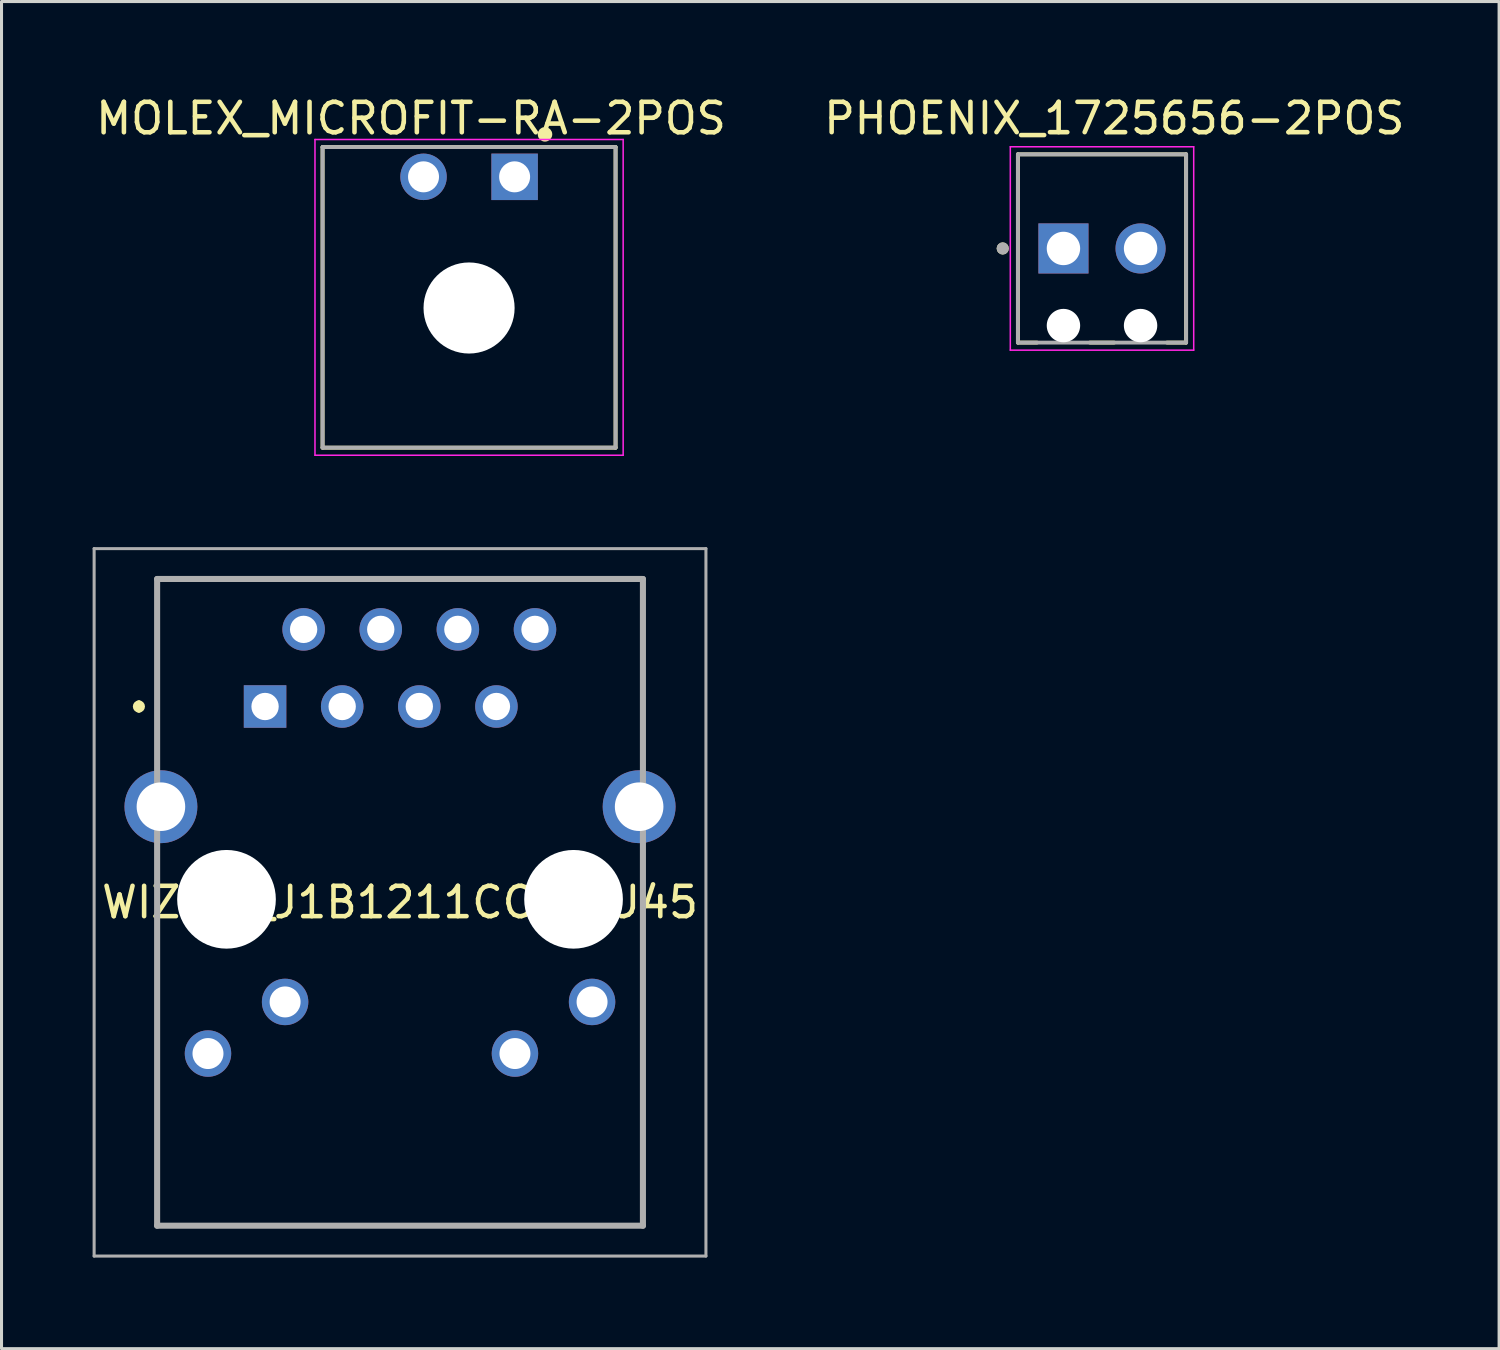
<source format=kicad_pcb>
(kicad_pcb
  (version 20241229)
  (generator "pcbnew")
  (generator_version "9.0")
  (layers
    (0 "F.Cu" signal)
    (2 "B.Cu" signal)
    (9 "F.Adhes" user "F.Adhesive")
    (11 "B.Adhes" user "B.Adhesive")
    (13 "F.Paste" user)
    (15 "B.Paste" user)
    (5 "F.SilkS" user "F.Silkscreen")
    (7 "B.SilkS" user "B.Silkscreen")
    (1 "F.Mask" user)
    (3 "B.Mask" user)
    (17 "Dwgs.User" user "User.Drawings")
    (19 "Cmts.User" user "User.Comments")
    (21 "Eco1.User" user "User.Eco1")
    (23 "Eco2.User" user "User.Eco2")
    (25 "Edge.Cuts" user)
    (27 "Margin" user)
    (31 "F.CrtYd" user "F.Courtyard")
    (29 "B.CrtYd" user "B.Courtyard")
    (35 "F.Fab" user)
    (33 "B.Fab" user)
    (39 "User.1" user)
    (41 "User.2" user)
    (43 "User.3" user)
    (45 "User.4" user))
  (footprint "PHOENIX_1725656-2POS"
    (layer "F.Cu")
    (at 31.975 5.133)
    (property "Reference" "PHOENIX_1725656-2POS" (at 1.675 -4.285 0) (layer "F.SilkS") (effects (font (size 1 1) (thickness 0.15))))
    (attr through_hole)
    (fp_line (start -1.5 -3.1) (end -1.5 3.1) (stroke (width 0.127) (type solid)) (layer "F.SilkS"))
    (fp_line (start -1.5 3.1) (end -0.87 3.1) (stroke (width 0.127) (type solid)) (layer "F.SilkS"))
    (fp_line (start 0.87 3.1) (end 1.67 3.1) (stroke (width 0.127) (type solid)) (layer "F.SilkS"))
    (fp_line (start 3.41 3.1) (end 4.04 3.1) (stroke (width 0.127) (type solid)) (layer "F.SilkS"))
    (fp_line (start 4.04 -3.1) (end -1.5 -3.1) (stroke (width 0.127) (type solid)) (layer "F.SilkS"))
    (fp_line (start 4.04 3.1) (end 4.04 -3.1) (stroke (width 0.127) (type solid)) (layer "F.SilkS"))
    (fp_circle (center -2 0) (end -1.9 0) (stroke (width 0.2) (type solid)) (fill no) (layer "F.SilkS"))
    (fp_line (start -1.75 -3.35) (end -1.75 3.35) (stroke (width 0.05) (type solid)) (layer "F.CrtYd"))
    (fp_line (start -1.75 3.35) (end 4.29 3.35) (stroke (width 0.05) (type solid)) (layer "F.CrtYd"))
    (fp_line (start 4.29 -3.35) (end -1.75 -3.35) (stroke (width 0.05) (type solid)) (layer "F.CrtYd"))
    (fp_line (start 4.29 3.35) (end 4.29 -3.35) (stroke (width 0.05) (type solid)) (layer "F.CrtYd"))
    (fp_line (start -1.5 -3.1) (end -1.5 3.1) (stroke (width 0.127) (type solid)) (layer "F.Fab"))
    (fp_line (start -1.5 3.1) (end 4.04 3.1) (stroke (width 0.127) (type solid)) (layer "F.Fab"))
    (fp_line (start 4.04 -3.1) (end -1.5 -3.1) (stroke (width 0.127) (type solid)) (layer "F.Fab"))
    (fp_line (start 4.04 3.1) (end 4.04 -3.1) (stroke (width 0.127) (type solid)) (layer "F.Fab"))
    (fp_circle (center -2 0) (end -1.9 0) (stroke (width 0.2) (type solid)) (fill no) (layer "F.Fab"))
    (pad "" np_thru_hole circle (at 0 2.54) (size 1.1 1.1) (drill 1.1) (layers "*.Cu" "*.Mask"))
    (pad "" np_thru_hole circle (at 2.54 2.54) (size 1.1 1.1) (drill 1.1) (layers "*.Cu" "*.Mask"))
    (pad "1" thru_hole rect (at 0 0) (size 1.65 1.65) (drill 1.1) (layers "*.Cu" "*.Mask"))
    (pad "2" thru_hole circle (at 2.54 0) (size 1.65 1.65) (drill 1.1) (layers "*.Cu" "*.Mask")))
  (footprint "MOLEX_MICROFIT-RA-2POS"
    (layer "F.Cu")
    (at 12.399 7.094)
    (property "Reference" "MOLEX_MICROFIT-RA-2POS" (at -1.911 -6.244 0) (layer "F.SilkS") (effects (font (size 1.003 1.003) (thickness 0.15))))
    (attr through_hole)
    (fp_line (start -4.825 -5.3) (end -4.825 4.6) (stroke (width 0.127) (type solid)) (layer "F.SilkS"))
    (fp_line (start -4.825 4.6) (end 4.825 4.6) (stroke (width 0.127) (type solid)) (layer "F.SilkS"))
    (fp_line (start 4.825 -5.3) (end -4.825 -5.3) (stroke (width 0.127) (type solid)) (layer "F.SilkS"))
    (fp_line (start 4.825 4.6) (end 4.825 -5.3) (stroke (width 0.127) (type solid)) (layer "F.SilkS"))
    (fp_circle (center 2.5 -5.72) (end 2.62 -5.72) (stroke (width 0.24) (type solid)) (fill no) (layer "F.SilkS"))
    (fp_line (start -5.075 -5.55) (end -5.075 4.85) (stroke (width 0.05) (type solid)) (layer "F.CrtYd"))
    (fp_line (start -5.075 -5.55) (end 5.075 -5.55) (stroke (width 0.05) (type solid)) (layer "F.CrtYd"))
    (fp_line (start -5.075 4.85) (end 5.075 4.85) (stroke (width 0.05) (type solid)) (layer "F.CrtYd"))
    (fp_line (start 5.075 -5.55) (end 5.075 4.85) (stroke (width 0.05) (type solid)) (layer "F.CrtYd"))
    (fp_line (start -4.825 -5.3) (end -4.825 4.6) (stroke (width 0.127) (type solid)) (layer "F.Fab"))
    (fp_line (start -4.825 4.6) (end 4.825 4.6) (stroke (width 0.127) (type solid)) (layer "F.Fab"))
    (fp_line (start 4.825 -5.3) (end -4.825 -5.3) (stroke (width 0.127) (type solid)) (layer "F.Fab"))
    (fp_line (start 4.825 4.6) (end 4.825 -5.3) (stroke (width 0.127) (type solid)) (layer "F.Fab"))
    (pad "" np_thru_hole circle (at 0 0) (size 3 3) (drill 3) (layers "*.Cu" "*.Mask"))
    (pad "1" thru_hole rect (at 1.5 -4.32) (size 1.53 1.53) (drill 1.02) (layers "*.Cu" "*.Mask"))
    (pad "2" thru_hole circle (at -1.5 -4.32) (size 1.53 1.53) (drill 1.02) (layers "*.Cu" "*.Mask")))
  (footprint "WIZnet_J1B1211CCD_RJ45"
    (layer "F.Cu")
    (at 10.125 26.669)
    (property "Reference" "WIZnet_J1B1211CCD_RJ45" (at 0 0 0) (layer "F.SilkS") (effects (font (size 1 1) (thickness 0.15))))
    (attr through_hole)
    (fp_line (start -8.6 -6.55) (end -8.6 -6.55) (stroke (width 0.2) (type solid)) (layer "F.SilkS"))
    (fp_line (start -8.6 -6.35) (end -8.6 -6.35) (stroke (width 0.2) (type solid)) (layer "F.SilkS"))
    (fp_line (start -8 -10.65) (end 8 -10.65) (stroke (width 0.1) (type solid)) (layer "F.SilkS"))
    (fp_line (start -8 -4.85) (end -8 -10.65) (stroke (width 0.1) (type solid)) (layer "F.SilkS"))
    (fp_line (start -8 -1.35) (end -8 10.65) (stroke (width 0.1) (type solid)) (layer "F.SilkS"))
    (fp_line (start -8 10.65) (end 8 10.65) (stroke (width 0.1) (type solid)) (layer "F.SilkS"))
    (fp_line (start 8 -10.65) (end 8 -4.85) (stroke (width 0.1) (type solid)) (layer "F.SilkS"))
    (fp_line (start 8 10.65) (end 8 -1.35) (stroke (width 0.1) (type solid)) (layer "F.SilkS"))
    (fp_arc (start -8.6 -6.55) (mid -8.5 -6.45) (end -8.6 -6.35) (stroke (width 0.2) (type solid)) (layer "F.SilkS"))
    (fp_arc (start -8.6 -6.35) (mid -8.7 -6.45) (end -8.6 -6.55) (stroke (width 0.2) (type solid)) (layer "F.SilkS"))
    (fp_line (start -10.075 -11.65) (end 10.075 -11.65) (stroke (width 0.1) (type solid)) (layer "F.Fab"))
    (fp_line (start -10.075 11.65) (end -10.075 -11.65) (stroke (width 0.1) (type solid)) (layer "F.Fab"))
    (fp_line (start -8 -10.65) (end 8 -10.65) (stroke (width 0.2) (type solid)) (layer "F.Fab"))
    (fp_line (start -8 10.65) (end -8 -10.65) (stroke (width 0.2) (type solid)) (layer "F.Fab"))
    (fp_line (start 8 -10.65) (end 8 10.65) (stroke (width 0.2) (type solid)) (layer "F.Fab"))
    (fp_line (start 8 10.65) (end -8 10.65) (stroke (width 0.2) (type solid)) (layer "F.Fab"))
    (fp_line (start 10.075 -11.65) (end 10.075 11.65) (stroke (width 0.1) (type solid)) (layer "F.Fab"))
    (fp_line (start 10.075 11.65) (end -10.075 11.65) (stroke (width 0.1) (type solid)) (layer "F.Fab"))
    (pad "" np_thru_hole circle (at -5.715 -0.1) (size 3.25 3.25) (drill 3.25) (layers "*.Cu" "*.Mask"))
    (pad "" np_thru_hole circle (at 5.715 -0.1) (size 3.25 3.25) (drill 3.25) (layers "*.Cu" "*.Mask"))
    (pad "1" thru_hole rect (at -4.445 -6.45) (size 1.4 1.4) (drill 0.9) (layers "*.Cu" "*.Mask"))
    (pad "2" thru_hole circle (at -3.175 -8.99) (size 1.4 1.4) (drill 0.9) (layers "*.Cu" "*.Mask"))
    (pad "3" thru_hole circle (at -1.905 -6.45) (size 1.4 1.4) (drill 0.9) (layers "*.Cu" "*.Mask"))
    (pad "4" thru_hole circle (at -0.635 -8.99) (size 1.4 1.4) (drill 0.9) (layers "*.Cu" "*.Mask"))
    (pad "5" thru_hole circle (at 0.635 -6.45) (size 1.4 1.4) (drill 0.9) (layers "*.Cu" "*.Mask"))
    (pad "6" thru_hole circle (at 1.905 -8.99) (size 1.4 1.4) (drill 0.9) (layers "*.Cu" "*.Mask"))
    (pad "7" thru_hole circle (at 3.175 -6.45) (size 1.4 1.4) (drill 0.9) (layers "*.Cu" "*.Mask"))
    (pad "8" thru_hole circle (at 4.445 -8.99) (size 1.4 1.4) (drill 0.9) (layers "*.Cu" "*.Mask"))
    (pad "9" thru_hole circle (at -6.325 4.98) (size 1.53 1.53) (drill 1.02) (layers "*.Cu" "*.Mask"))
    (pad "10" thru_hole circle (at -3.785 3.28) (size 1.53 1.53) (drill 1.02) (layers "*.Cu" "*.Mask"))
    (pad "11" thru_hole circle (at 3.785 4.98) (size 1.53 1.53) (drill 1.02) (layers "*.Cu" "*.Mask"))
    (pad "12" thru_hole circle (at 6.325 3.28) (size 1.53 1.53) (drill 1.02) (layers "*.Cu" "*.Mask"))
    (pad "13" thru_hole circle (at -7.875 -3.15) (size 2.4 2.4) (drill 1.6) (layers "*.Cu" "*.Mask"))
    (pad "14" thru_hole circle (at 7.875 -3.15) (size 2.4 2.4) (drill 1.6) (layers "*.Cu" "*.Mask")))
  (gr_rect
    (start -3 -3)
    (end 46.323 41.369)
    (stroke (width 0.1) (type default))
    (fill no)
    (layer "Edge.Cuts")))
</source>
